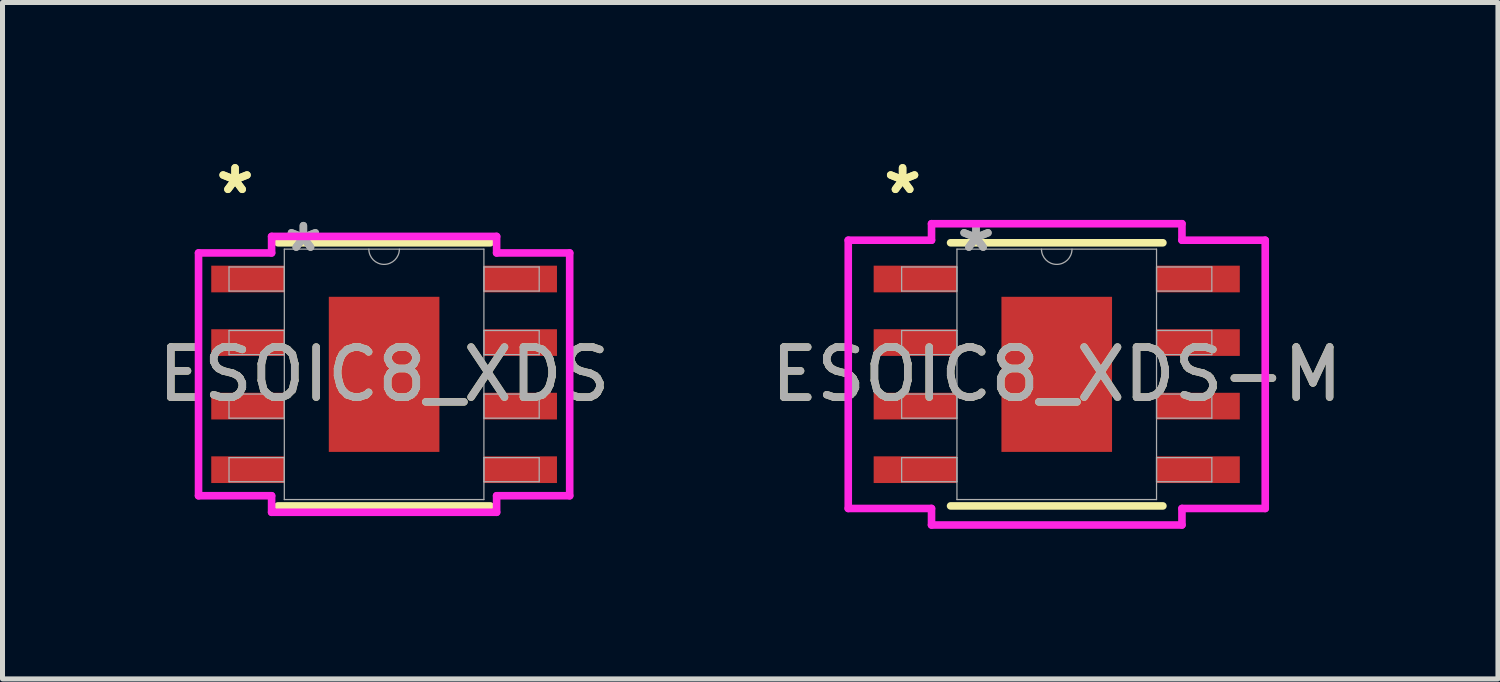
<source format=kicad_pcb>
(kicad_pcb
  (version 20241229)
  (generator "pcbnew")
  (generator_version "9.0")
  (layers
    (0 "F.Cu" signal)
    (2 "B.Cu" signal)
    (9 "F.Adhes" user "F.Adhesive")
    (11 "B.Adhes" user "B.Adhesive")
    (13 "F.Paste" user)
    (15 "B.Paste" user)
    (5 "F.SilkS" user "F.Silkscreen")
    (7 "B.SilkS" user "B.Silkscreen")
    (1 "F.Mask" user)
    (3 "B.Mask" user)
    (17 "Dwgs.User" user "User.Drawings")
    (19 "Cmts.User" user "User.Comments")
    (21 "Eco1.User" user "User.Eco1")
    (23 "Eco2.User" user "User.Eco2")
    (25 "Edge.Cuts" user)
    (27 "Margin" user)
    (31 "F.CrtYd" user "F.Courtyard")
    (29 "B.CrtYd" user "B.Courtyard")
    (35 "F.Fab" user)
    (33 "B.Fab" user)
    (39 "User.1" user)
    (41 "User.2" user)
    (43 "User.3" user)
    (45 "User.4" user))
  (footprint "ESOIC8_XDS"
    (layer "F.Cu")
    (at 4.625 4.43)
    (property "Reference" "ESOIC8_XDS" (at 0 0 0) (unlocked yes) (layer "F.SilkS") (effects (font (size 1 1) (thickness 0.15))))
    (attr smd)
    (fp_line (start -2.121 2.629) (end 2.121 2.629) (stroke (width 0.152) (type solid)) (layer "F.SilkS"))
    (fp_line (start 2.121 -2.629) (end -2.121 -2.629) (stroke (width 0.152) (type solid)) (layer "F.SilkS"))
    (fp_poly (pts (xy -1.005 -1.449) (xy -1.005 -0.1) (xy 1.005 -0.1) (xy 1.005 -1.449)) (stroke (width 0) (type solid)) (fill yes) (layer "F.Paste"))
    (fp_poly (pts (xy -1.005 0.1) (xy -1.005 1.449) (xy 1.005 1.449) (xy 1.005 0.1)) (stroke (width 0) (type solid)) (fill yes) (layer "F.Paste"))
    (fp_line (start -3.708 -2.426) (end -2.248 -2.426) (stroke (width 0.152) (type solid)) (layer "F.CrtYd"))
    (fp_line (start -3.708 2.426) (end -3.708 -2.426) (stroke (width 0.152) (type solid)) (layer "F.CrtYd"))
    (fp_line (start -3.708 2.426) (end -2.248 2.426) (stroke (width 0.152) (type solid)) (layer "F.CrtYd"))
    (fp_line (start -2.248 -2.756) (end 2.248 -2.756) (stroke (width 0.152) (type solid)) (layer "F.CrtYd"))
    (fp_line (start -2.248 -2.426) (end -2.248 -2.756) (stroke (width 0.152) (type solid)) (layer "F.CrtYd"))
    (fp_line (start -2.248 2.756) (end -2.248 2.426) (stroke (width 0.152) (type solid)) (layer "F.CrtYd"))
    (fp_line (start 2.248 -2.756) (end 2.248 -2.426) (stroke (width 0.152) (type solid)) (layer "F.CrtYd"))
    (fp_line (start 2.248 2.426) (end 2.248 2.756) (stroke (width 0.152) (type solid)) (layer "F.CrtYd"))
    (fp_line (start 2.248 2.756) (end -2.248 2.756) (stroke (width 0.152) (type solid)) (layer "F.CrtYd"))
    (fp_line (start 3.708 -2.426) (end 2.248 -2.426) (stroke (width 0.152) (type solid)) (layer "F.CrtYd"))
    (fp_line (start 3.708 -2.426) (end 3.708 2.426) (stroke (width 0.152) (type solid)) (layer "F.CrtYd"))
    (fp_line (start 3.708 2.426) (end 2.248 2.426) (stroke (width 0.152) (type solid)) (layer "F.CrtYd"))
    (fp_line (start -3.099 -2.146) (end -3.099 -1.664) (stroke (width 0.025) (type solid)) (layer "F.Fab"))
    (fp_line (start -3.099 -1.664) (end -1.994 -1.664) (stroke (width 0.025) (type solid)) (layer "F.Fab"))
    (fp_line (start -3.099 -0.876) (end -3.099 -0.394) (stroke (width 0.025) (type solid)) (layer "F.Fab"))
    (fp_line (start -3.099 -0.394) (end -1.994 -0.394) (stroke (width 0.025) (type solid)) (layer "F.Fab"))
    (fp_line (start -3.099 0.394) (end -3.099 0.876) (stroke (width 0.025) (type solid)) (layer "F.Fab"))
    (fp_line (start -3.099 0.876) (end -1.994 0.876) (stroke (width 0.025) (type solid)) (layer "F.Fab"))
    (fp_line (start -3.099 1.664) (end -3.099 2.146) (stroke (width 0.025) (type solid)) (layer "F.Fab"))
    (fp_line (start -3.099 2.146) (end -1.994 2.146) (stroke (width 0.025) (type solid)) (layer "F.Fab"))
    (fp_line (start -1.994 -2.502) (end -1.994 2.502) (stroke (width 0.025) (type solid)) (layer "F.Fab"))
    (fp_line (start -1.994 -2.146) (end -3.099 -2.146) (stroke (width 0.025) (type solid)) (layer "F.Fab"))
    (fp_line (start -1.994 -1.664) (end -1.994 -2.146) (stroke (width 0.025) (type solid)) (layer "F.Fab"))
    (fp_line (start -1.994 -0.876) (end -3.099 -0.876) (stroke (width 0.025) (type solid)) (layer "F.Fab"))
    (fp_line (start -1.994 -0.394) (end -1.994 -0.876) (stroke (width 0.025) (type solid)) (layer "F.Fab"))
    (fp_line (start -1.994 0.394) (end -3.099 0.394) (stroke (width 0.025) (type solid)) (layer "F.Fab"))
    (fp_line (start -1.994 0.876) (end -1.994 0.394) (stroke (width 0.025) (type solid)) (layer "F.Fab"))
    (fp_line (start -1.994 1.664) (end -3.099 1.664) (stroke (width 0.025) (type solid)) (layer "F.Fab"))
    (fp_line (start -1.994 2.146) (end -1.994 1.664) (stroke (width 0.025) (type solid)) (layer "F.Fab"))
    (fp_line (start -1.994 2.502) (end 1.994 2.502) (stroke (width 0.025) (type solid)) (layer "F.Fab"))
    (fp_line (start 1.994 -2.502) (end -1.994 -2.502) (stroke (width 0.025) (type solid)) (layer "F.Fab"))
    (fp_line (start 1.994 -2.146) (end 1.994 -1.664) (stroke (width 0.025) (type solid)) (layer "F.Fab"))
    (fp_line (start 1.994 -1.664) (end 3.099 -1.664) (stroke (width 0.025) (type solid)) (layer "F.Fab"))
    (fp_line (start 1.994 -0.876) (end 1.994 -0.394) (stroke (width 0.025) (type solid)) (layer "F.Fab"))
    (fp_line (start 1.994 -0.394) (end 3.099 -0.394) (stroke (width 0.025) (type solid)) (layer "F.Fab"))
    (fp_line (start 1.994 0.394) (end 1.994 0.876) (stroke (width 0.025) (type solid)) (layer "F.Fab"))
    (fp_line (start 1.994 0.876) (end 3.099 0.876) (stroke (width 0.025) (type solid)) (layer "F.Fab"))
    (fp_line (start 1.994 1.664) (end 1.994 2.146) (stroke (width 0.025) (type solid)) (layer "F.Fab"))
    (fp_line (start 1.994 2.146) (end 3.099 2.146) (stroke (width 0.025) (type solid)) (layer "F.Fab"))
    (fp_line (start 1.994 2.502) (end 1.994 -2.502) (stroke (width 0.025) (type solid)) (layer "F.Fab"))
    (fp_line (start 3.099 -2.146) (end 1.994 -2.146) (stroke (width 0.025) (type solid)) (layer "F.Fab"))
    (fp_line (start 3.099 -1.664) (end 3.099 -2.146) (stroke (width 0.025) (type solid)) (layer "F.Fab"))
    (fp_line (start 3.099 -0.876) (end 1.994 -0.876) (stroke (width 0.025) (type solid)) (layer "F.Fab"))
    (fp_line (start 3.099 -0.394) (end 3.099 -0.876) (stroke (width 0.025) (type solid)) (layer "F.Fab"))
    (fp_line (start 3.099 0.394) (end 1.994 0.394) (stroke (width 0.025) (type solid)) (layer "F.Fab"))
    (fp_line (start 3.099 0.876) (end 3.099 0.394) (stroke (width 0.025) (type solid)) (layer "F.Fab"))
    (fp_line (start 3.099 1.664) (end 1.994 1.664) (stroke (width 0.025) (type solid)) (layer "F.Fab"))
    (fp_line (start 3.099 2.146) (end 3.099 1.664) (stroke (width 0.025) (type solid)) (layer "F.Fab"))
    (fp_arc (start 0.3048 -2.5019) (mid 0 -2.1971) (end -0.3048 -2.5019) (stroke (width 0.0254) (type solid)) (layer "F.Fab"))
    (fp_text user "*" (at -2.978 -3.581 0) (unlocked yes) (layer "F.SilkS") (effects (font (size 1 1) (thickness 0.15))))
    (fp_text user "*" (at -2.978 -3.581 0) (layer "F.SilkS") (effects (font (size 1 1) (thickness 0.15))))
    (fp_text user "${REFERENCE}" (at 0 0 0) (unlocked yes) (layer "F.Fab") (effects (font (size 1 1) (thickness 0.15))))
    (fp_text user "*" (at -1.613 -2.426 0) (layer "F.Fab") (effects (font (size 1 1) (thickness 0.15))))
    (fp_text user "*" (at -1.613 -2.426 0) (unlocked yes) (layer "F.Fab") (effects (font (size 1 1) (thickness 0.15))))
    (pad "1" smd rect (at -2.724 -1.905) (size 1.46 0.533) (layers "F.Cu" "F.Mask" "F.Paste"))
    (pad "2" smd rect (at -2.724 -0.635) (size 1.46 0.533) (layers "F.Cu" "F.Mask" "F.Paste"))
    (pad "3" smd rect (at -2.724 0.635) (size 1.46 0.533) (layers "F.Cu" "F.Mask" "F.Paste"))
    (pad "4" smd rect (at -2.724 1.905) (size 1.46 0.533) (layers "F.Cu" "F.Mask" "F.Paste"))
    (pad "5" smd rect (at 2.724 1.905) (size 1.46 0.533) (layers "F.Cu" "F.Mask" "F.Paste"))
    (pad "6" smd rect (at 2.724 0.635) (size 1.46 0.533) (layers "F.Cu" "F.Mask" "F.Paste"))
    (pad "7" smd rect (at 2.724 -0.635) (size 1.46 0.533) (layers "F.Cu" "F.Mask" "F.Paste"))
    (pad "8" smd rect (at 2.724 -1.905) (size 1.46 0.533) (layers "F.Cu" "F.Mask" "F.Paste"))
    (pad "EPAD" smd rect (at 0 0) (size 2.21 3.099) (layers "F.Cu" "F.Mask")))
  (footprint "ESOIC8_XDS-M"
    (layer "F.Cu")
    (at 18.065 4.43)
    (property "Reference" "ESOIC8_XDS-M" (at 0 0 0) (unlocked yes) (layer "F.SilkS") (effects (font (size 1 1) (thickness 0.15))))
    (attr smd)
    (fp_line (start -2.121 2.629) (end 2.121 2.629) (stroke (width 0.152) (type solid)) (layer "F.SilkS"))
    (fp_line (start 2.121 -2.629) (end -2.121 -2.629) (stroke (width 0.152) (type solid)) (layer "F.SilkS"))
    (fp_poly (pts (xy -1.005 -1.449) (xy -1.005 -0.1) (xy 1.005 -0.1) (xy 1.005 -1.449)) (stroke (width 0) (type solid)) (fill yes) (layer "F.Paste"))
    (fp_poly (pts (xy -1.005 0.1) (xy -1.005 1.449) (xy 1.005 1.449) (xy 1.005 0.1)) (stroke (width 0) (type solid)) (fill yes) (layer "F.Paste"))
    (fp_line (start -4.166 -2.68) (end -2.502 -2.68) (stroke (width 0.152) (type solid)) (layer "F.CrtYd"))
    (fp_line (start -4.166 2.68) (end -4.166 -2.68) (stroke (width 0.152) (type solid)) (layer "F.CrtYd"))
    (fp_line (start -4.166 2.68) (end -2.502 2.68) (stroke (width 0.152) (type solid)) (layer "F.CrtYd"))
    (fp_line (start -2.502 -3.01) (end 2.502 -3.01) (stroke (width 0.152) (type solid)) (layer "F.CrtYd"))
    (fp_line (start -2.502 -2.68) (end -2.502 -3.01) (stroke (width 0.152) (type solid)) (layer "F.CrtYd"))
    (fp_line (start -2.502 3.01) (end -2.502 2.68) (stroke (width 0.152) (type solid)) (layer "F.CrtYd"))
    (fp_line (start 2.502 -3.01) (end 2.502 -2.68) (stroke (width 0.152) (type solid)) (layer "F.CrtYd"))
    (fp_line (start 2.502 2.68) (end 2.502 3.01) (stroke (width 0.152) (type solid)) (layer "F.CrtYd"))
    (fp_line (start 2.502 3.01) (end -2.502 3.01) (stroke (width 0.152) (type solid)) (layer "F.CrtYd"))
    (fp_line (start 4.166 -2.68) (end 2.502 -2.68) (stroke (width 0.152) (type solid)) (layer "F.CrtYd"))
    (fp_line (start 4.166 -2.68) (end 4.166 2.68) (stroke (width 0.152) (type solid)) (layer "F.CrtYd"))
    (fp_line (start 4.166 2.68) (end 2.502 2.68) (stroke (width 0.152) (type solid)) (layer "F.CrtYd"))
    (fp_line (start -3.099 -2.146) (end -3.099 -1.664) (stroke (width 0.025) (type solid)) (layer "F.Fab"))
    (fp_line (start -3.099 -1.664) (end -1.994 -1.664) (stroke (width 0.025) (type solid)) (layer "F.Fab"))
    (fp_line (start -3.099 -0.876) (end -3.099 -0.394) (stroke (width 0.025) (type solid)) (layer "F.Fab"))
    (fp_line (start -3.099 -0.394) (end -1.994 -0.394) (stroke (width 0.025) (type solid)) (layer "F.Fab"))
    (fp_line (start -3.099 0.394) (end -3.099 0.876) (stroke (width 0.025) (type solid)) (layer "F.Fab"))
    (fp_line (start -3.099 0.876) (end -1.994 0.876) (stroke (width 0.025) (type solid)) (layer "F.Fab"))
    (fp_line (start -3.099 1.664) (end -3.099 2.146) (stroke (width 0.025) (type solid)) (layer "F.Fab"))
    (fp_line (start -3.099 2.146) (end -1.994 2.146) (stroke (width 0.025) (type solid)) (layer "F.Fab"))
    (fp_line (start -1.994 -2.502) (end -1.994 2.502) (stroke (width 0.025) (type solid)) (layer "F.Fab"))
    (fp_line (start -1.994 -2.146) (end -3.099 -2.146) (stroke (width 0.025) (type solid)) (layer "F.Fab"))
    (fp_line (start -1.994 -1.664) (end -1.994 -2.146) (stroke (width 0.025) (type solid)) (layer "F.Fab"))
    (fp_line (start -1.994 -0.876) (end -3.099 -0.876) (stroke (width 0.025) (type solid)) (layer "F.Fab"))
    (fp_line (start -1.994 -0.394) (end -1.994 -0.876) (stroke (width 0.025) (type solid)) (layer "F.Fab"))
    (fp_line (start -1.994 0.394) (end -3.099 0.394) (stroke (width 0.025) (type solid)) (layer "F.Fab"))
    (fp_line (start -1.994 0.876) (end -1.994 0.394) (stroke (width 0.025) (type solid)) (layer "F.Fab"))
    (fp_line (start -1.994 1.664) (end -3.099 1.664) (stroke (width 0.025) (type solid)) (layer "F.Fab"))
    (fp_line (start -1.994 2.146) (end -1.994 1.664) (stroke (width 0.025) (type solid)) (layer "F.Fab"))
    (fp_line (start -1.994 2.502) (end 1.994 2.502) (stroke (width 0.025) (type solid)) (layer "F.Fab"))
    (fp_line (start 1.994 -2.502) (end -1.994 -2.502) (stroke (width 0.025) (type solid)) (layer "F.Fab"))
    (fp_line (start 1.994 -2.146) (end 1.994 -1.664) (stroke (width 0.025) (type solid)) (layer "F.Fab"))
    (fp_line (start 1.994 -1.664) (end 3.099 -1.664) (stroke (width 0.025) (type solid)) (layer "F.Fab"))
    (fp_line (start 1.994 -0.876) (end 1.994 -0.394) (stroke (width 0.025) (type solid)) (layer "F.Fab"))
    (fp_line (start 1.994 -0.394) (end 3.099 -0.394) (stroke (width 0.025) (type solid)) (layer "F.Fab"))
    (fp_line (start 1.994 0.394) (end 1.994 0.876) (stroke (width 0.025) (type solid)) (layer "F.Fab"))
    (fp_line (start 1.994 0.876) (end 3.099 0.876) (stroke (width 0.025) (type solid)) (layer "F.Fab"))
    (fp_line (start 1.994 1.664) (end 1.994 2.146) (stroke (width 0.025) (type solid)) (layer "F.Fab"))
    (fp_line (start 1.994 2.146) (end 3.099 2.146) (stroke (width 0.025) (type solid)) (layer "F.Fab"))
    (fp_line (start 1.994 2.502) (end 1.994 -2.502) (stroke (width 0.025) (type solid)) (layer "F.Fab"))
    (fp_line (start 3.099 -2.146) (end 1.994 -2.146) (stroke (width 0.025) (type solid)) (layer "F.Fab"))
    (fp_line (start 3.099 -1.664) (end 3.099 -2.146) (stroke (width 0.025) (type solid)) (layer "F.Fab"))
    (fp_line (start 3.099 -0.876) (end 1.994 -0.876) (stroke (width 0.025) (type solid)) (layer "F.Fab"))
    (fp_line (start 3.099 -0.394) (end 3.099 -0.876) (stroke (width 0.025) (type solid)) (layer "F.Fab"))
    (fp_line (start 3.099 0.394) (end 1.994 0.394) (stroke (width 0.025) (type solid)) (layer "F.Fab"))
    (fp_line (start 3.099 0.876) (end 3.099 0.394) (stroke (width 0.025) (type solid)) (layer "F.Fab"))
    (fp_line (start 3.099 1.664) (end 1.994 1.664) (stroke (width 0.025) (type solid)) (layer "F.Fab"))
    (fp_line (start 3.099 2.146) (end 3.099 1.664) (stroke (width 0.025) (type solid)) (layer "F.Fab"))
    (fp_arc (start 0.3048 -2.5019) (mid 0 -2.1971) (end -0.3048 -2.5019) (stroke (width 0.0254) (type solid)) (layer "F.Fab"))
    (fp_text user "*" (at -3.08 -3.581 0) (layer "F.SilkS") (effects (font (size 1 1) (thickness 0.15))))
    (fp_text user "*" (at -3.08 -3.581 0) (unlocked yes) (layer "F.SilkS") (effects (font (size 1 1) (thickness 0.15))))
    (fp_text user "*" (at -1.613 -2.426 0) (layer "F.Fab") (effects (font (size 1 1) (thickness 0.15))))
    (fp_text user "${REFERENCE}" (at 0 0 0) (unlocked yes) (layer "F.Fab") (effects (font (size 1 1) (thickness 0.15))))
    (fp_text user "*" (at -1.613 -2.426 0) (unlocked yes) (layer "F.Fab") (effects (font (size 1 1) (thickness 0.15))))
    (pad "1" smd rect (at -2.826 -1.905) (size 1.664 0.533) (layers "F.Cu" "F.Mask" "F.Paste"))
    (pad "2" smd rect (at -2.826 -0.635) (size 1.664 0.533) (layers "F.Cu" "F.Mask" "F.Paste"))
    (pad "3" smd rect (at -2.826 0.635) (size 1.664 0.533) (layers "F.Cu" "F.Mask" "F.Paste"))
    (pad "4" smd rect (at -2.826 1.905) (size 1.664 0.533) (layers "F.Cu" "F.Mask" "F.Paste"))
    (pad "5" smd rect (at 2.826 1.905) (size 1.664 0.533) (layers "F.Cu" "F.Mask" "F.Paste"))
    (pad "6" smd rect (at 2.826 0.635) (size 1.664 0.533) (layers "F.Cu" "F.Mask" "F.Paste"))
    (pad "7" smd rect (at 2.826 -0.635) (size 1.664 0.533) (layers "F.Cu" "F.Mask" "F.Paste"))
    (pad "8" smd rect (at 2.826 -1.905) (size 1.664 0.533) (layers "F.Cu" "F.Mask" "F.Paste"))
    (pad "EPAD" smd rect (at 0 0) (size 2.21 3.099) (layers "F.Cu" "F.Mask")))
  (gr_rect
    (start -3 -3)
    (end 26.881 10.516)
    (stroke (width 0.1) (type default))
    (fill no)
    (layer "Edge.Cuts")))
</source>
